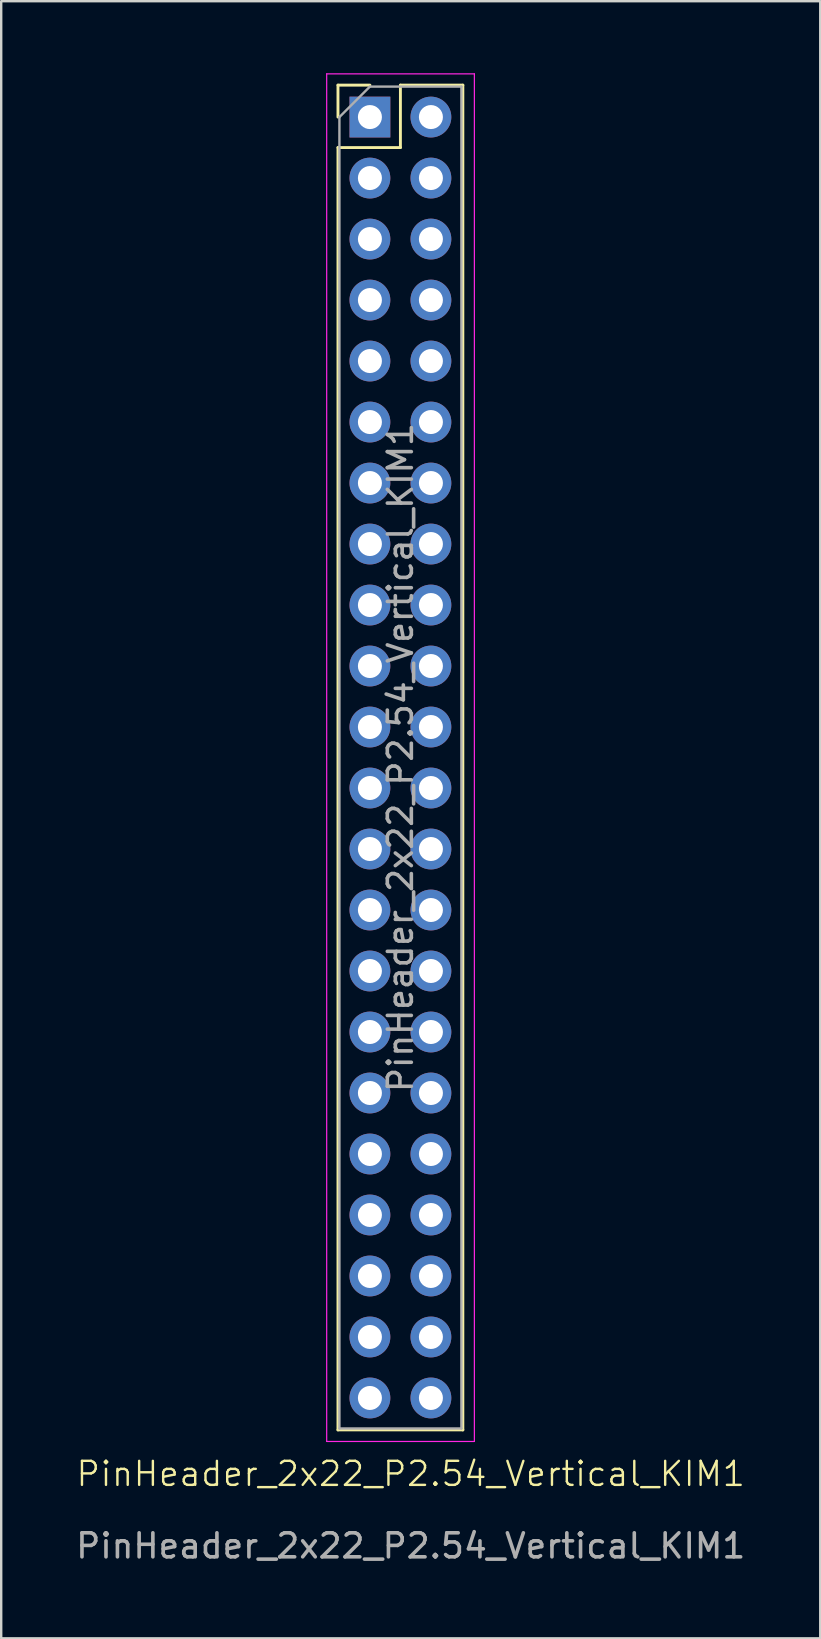
<source format=kicad_pcb>
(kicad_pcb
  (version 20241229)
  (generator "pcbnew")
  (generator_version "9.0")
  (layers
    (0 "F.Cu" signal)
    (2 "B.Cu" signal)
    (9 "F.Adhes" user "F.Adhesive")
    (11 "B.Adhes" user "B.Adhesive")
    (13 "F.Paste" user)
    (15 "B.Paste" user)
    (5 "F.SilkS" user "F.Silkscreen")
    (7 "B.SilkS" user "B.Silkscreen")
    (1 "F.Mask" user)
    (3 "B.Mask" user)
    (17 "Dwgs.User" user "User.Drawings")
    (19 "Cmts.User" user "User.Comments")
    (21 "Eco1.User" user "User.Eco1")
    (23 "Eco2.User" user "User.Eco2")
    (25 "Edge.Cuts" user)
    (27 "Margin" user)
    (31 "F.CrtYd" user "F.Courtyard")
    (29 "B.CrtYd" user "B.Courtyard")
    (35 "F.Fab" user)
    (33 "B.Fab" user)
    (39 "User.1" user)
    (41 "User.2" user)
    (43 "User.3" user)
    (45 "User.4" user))
  (footprint "PinHeader_2x22_P2.54_Vertical_KIM1"
    (layer "F.Cu")
    (at 14.054 58.825)
    (property "Reference" "PinHeader_2x22_P2.54_Vertical_KIM1" (at 0 -0.5 0) (unlocked yes) (layer "F.SilkS") (effects (font (size 1 1) (thickness 0.1))))
    (attr through_hole)
    (fp_line (start -3.03 -58.33) (end -1.7 -58.33) (stroke (width 0.12) (type solid)) (layer "F.SilkS"))
    (fp_line (start -3.03 -57) (end -3.03 -58.33) (stroke (width 0.12) (type solid)) (layer "F.SilkS"))
    (fp_line (start -3.03 -55.73) (end -3.03 -2.33) (stroke (width 0.12) (type solid)) (layer "F.SilkS"))
    (fp_line (start -3.03 -55.73) (end -0.43 -55.73) (stroke (width 0.12) (type solid)) (layer "F.SilkS"))
    (fp_line (start -3.03 -2.33) (end 2.17 -2.33) (stroke (width 0.12) (type solid)) (layer "F.SilkS"))
    (fp_line (start -0.43 -58.33) (end 2.17 -58.33) (stroke (width 0.12) (type solid)) (layer "F.SilkS"))
    (fp_line (start -0.43 -55.73) (end -0.43 -58.33) (stroke (width 0.12) (type solid)) (layer "F.SilkS"))
    (fp_line (start 2.17 -58.33) (end 2.17 -2.33) (stroke (width 0.12) (type solid)) (layer "F.SilkS"))
    (fp_line (start -3.5 -58.8) (end -3.5 -1.85) (stroke (width 0.05) (type solid)) (layer "F.CrtYd"))
    (fp_line (start -3.5 -1.85) (end 2.65 -1.85) (stroke (width 0.05) (type solid)) (layer "F.CrtYd"))
    (fp_line (start 2.65 -58.8) (end -3.5 -58.8) (stroke (width 0.05) (type solid)) (layer "F.CrtYd"))
    (fp_line (start 2.65 -1.85) (end 2.65 -58.8) (stroke (width 0.05) (type solid)) (layer "F.CrtYd"))
    (fp_line (start -2.97 -57) (end -1.7 -58.27) (stroke (width 0.1) (type solid)) (layer "F.Fab"))
    (fp_line (start -2.97 -2.39) (end -2.97 -57) (stroke (width 0.1) (type solid)) (layer "F.Fab"))
    (fp_line (start -1.7 -58.27) (end 2.11 -58.27) (stroke (width 0.1) (type solid)) (layer "F.Fab"))
    (fp_line (start 2.11 -58.27) (end 2.11 -2.39) (stroke (width 0.1) (type solid)) (layer "F.Fab"))
    (fp_line (start 2.11 -2.39) (end -2.97 -2.39) (stroke (width 0.1) (type solid)) (layer "F.Fab"))
    (fp_text user "${REFERENCE}" (at 0 2.5 0) (unlocked yes) (layer "F.Fab") (effects (font (size 1 1) (thickness 0.15))))
    (fp_text user "${REFERENCE}" (at -0.43 -30.33 90) (layer "F.Fab") (effects (font (size 1 1) (thickness 0.15))))
    (pad "1" thru_hole rect (at -1.7 -57) (size 1.7 1.7) (drill 1) (layers "*.Cu" "*.Mask"))
    (pad "2" thru_hole oval (at -1.7 -54.46) (size 1.7 1.7) (drill 1) (layers "*.Cu" "*.Mask"))
    (pad "3" thru_hole oval (at -1.7 -51.92) (size 1.7 1.7) (drill 1) (layers "*.Cu" "*.Mask"))
    (pad "4" thru_hole oval (at -1.7 -49.38) (size 1.7 1.7) (drill 1) (layers "*.Cu" "*.Mask"))
    (pad "5" thru_hole oval (at -1.7 -46.84) (size 1.7 1.7) (drill 1) (layers "*.Cu" "*.Mask"))
    (pad "6" thru_hole oval (at -1.7 -44.3) (size 1.7 1.7) (drill 1) (layers "*.Cu" "*.Mask"))
    (pad "7" thru_hole oval (at -1.7 -41.76) (size 1.7 1.7) (drill 1) (layers "*.Cu" "*.Mask"))
    (pad "8" thru_hole oval (at -1.7 -39.22) (size 1.7 1.7) (drill 1) (layers "*.Cu" "*.Mask"))
    (pad "9" thru_hole oval (at -1.7 -36.68) (size 1.7 1.7) (drill 1) (layers "*.Cu" "*.Mask"))
    (pad "10" thru_hole oval (at -1.7 -34.14) (size 1.7 1.7) (drill 1) (layers "*.Cu" "*.Mask"))
    (pad "11" thru_hole oval (at -1.7 -31.6) (size 1.7 1.7) (drill 1) (layers "*.Cu" "*.Mask"))
    (pad "12" thru_hole oval (at -1.7 -29.06) (size 1.7 1.7) (drill 1) (layers "*.Cu" "*.Mask"))
    (pad "13" thru_hole oval (at -1.7 -26.52) (size 1.7 1.7) (drill 1) (layers "*.Cu" "*.Mask"))
    (pad "14" thru_hole oval (at -1.7 -23.98) (size 1.7 1.7) (drill 1) (layers "*.Cu" "*.Mask"))
    (pad "15" thru_hole oval (at -1.7 -21.44) (size 1.7 1.7) (drill 1) (layers "*.Cu" "*.Mask"))
    (pad "16" thru_hole oval (at -1.7 -18.9) (size 1.7 1.7) (drill 1) (layers "*.Cu" "*.Mask"))
    (pad "17" thru_hole oval (at -1.7 -16.36) (size 1.7 1.7) (drill 1) (layers "*.Cu" "*.Mask"))
    (pad "18" thru_hole oval (at -1.7 -13.82) (size 1.7 1.7) (drill 1) (layers "*.Cu" "*.Mask"))
    (pad "19" thru_hole oval (at -1.7 -11.28) (size 1.7 1.7) (drill 1) (layers "*.Cu" "*.Mask"))
    (pad "20" thru_hole oval (at -1.7 -8.74) (size 1.7 1.7) (drill 1) (layers "*.Cu" "*.Mask"))
    (pad "21" thru_hole oval (at -1.7 -6.2) (size 1.7 1.7) (drill 1) (layers "*.Cu" "*.Mask"))
    (pad "22" thru_hole oval (at -1.7 -3.66) (size 1.7 1.7) (drill 1) (layers "*.Cu" "*.Mask"))
    (pad "A" thru_hole oval (at 0.84 -57) (size 1.7 1.7) (drill 1) (layers "*.Cu" "*.Mask"))
    (pad "B" thru_hole oval (at 0.84 -54.46) (size 1.7 1.7) (drill 1) (layers "*.Cu" "*.Mask"))
    (pad "C" thru_hole oval (at 0.84 -51.92) (size 1.7 1.7) (drill 1) (layers "*.Cu" "*.Mask"))
    (pad "D" thru_hole oval (at 0.84 -49.38) (size 1.7 1.7) (drill 1) (layers "*.Cu" "*.Mask"))
    (pad "E" thru_hole oval (at 0.84 -46.84) (size 1.7 1.7) (drill 1) (layers "*.Cu" "*.Mask"))
    (pad "F" thru_hole oval (at 0.84 -44.3) (size 1.7 1.7) (drill 1) (layers "*.Cu" "*.Mask"))
    (pad "H" thru_hole oval (at 0.84 -41.76) (size 1.7 1.7) (drill 1) (layers "*.Cu" "*.Mask"))
    (pad "J" thru_hole oval (at 0.84 -39.22) (size 1.7 1.7) (drill 1) (layers "*.Cu" "*.Mask"))
    (pad "K" thru_hole oval (at 0.84 -36.68) (size 1.7 1.7) (drill 1) (layers "*.Cu" "*.Mask"))
    (pad "L" thru_hole oval (at 0.84 -34.14) (size 1.7 1.7) (drill 1) (layers "*.Cu" "*.Mask"))
    (pad "M" thru_hole oval (at 0.84 -31.6) (size 1.7 1.7) (drill 1) (layers "*.Cu" "*.Mask"))
    (pad "N" thru_hole oval (at 0.84 -29.06) (size 1.7 1.7) (drill 1) (layers "*.Cu" "*.Mask"))
    (pad "P" thru_hole oval (at 0.84 -26.52) (size 1.7 1.7) (drill 1) (layers "*.Cu" "*.Mask"))
    (pad "R" thru_hole oval (at 0.84 -23.98) (size 1.7 1.7) (drill 1) (layers "*.Cu" "*.Mask"))
    (pad "S" thru_hole oval (at 0.84 -21.44) (size 1.7 1.7) (drill 1) (layers "*.Cu" "*.Mask"))
    (pad "T" thru_hole oval (at 0.84 -18.9) (size 1.7 1.7) (drill 1) (layers "*.Cu" "*.Mask"))
    (pad "U" thru_hole oval (at 0.84 -16.36) (size 1.7 1.7) (drill 1) (layers "*.Cu" "*.Mask"))
    (pad "V" thru_hole oval (at 0.84 -13.82) (size 1.7 1.7) (drill 1) (layers "*.Cu" "*.Mask"))
    (pad "W" thru_hole oval (at 0.84 -11.28) (size 1.7 1.7) (drill 1) (layers "*.Cu" "*.Mask"))
    (pad "X" thru_hole oval (at 0.84 -8.74) (size 1.7 1.7) (drill 1) (layers "*.Cu" "*.Mask"))
    (pad "Y" thru_hole oval (at 0.84 -6.2) (size 1.7 1.7) (drill 1) (layers "*.Cu" "*.Mask"))
    (pad "Z" thru_hole oval (at 0.84 -3.66) (size 1.7 1.7) (drill 1) (layers "*.Cu" "*.Mask")))
  (gr_rect
    (start -3 -3)
    (end 31.107 65.173)
    (stroke (width 0.1) (type default))
    (fill no)
    (layer "Edge.Cuts")))
</source>
